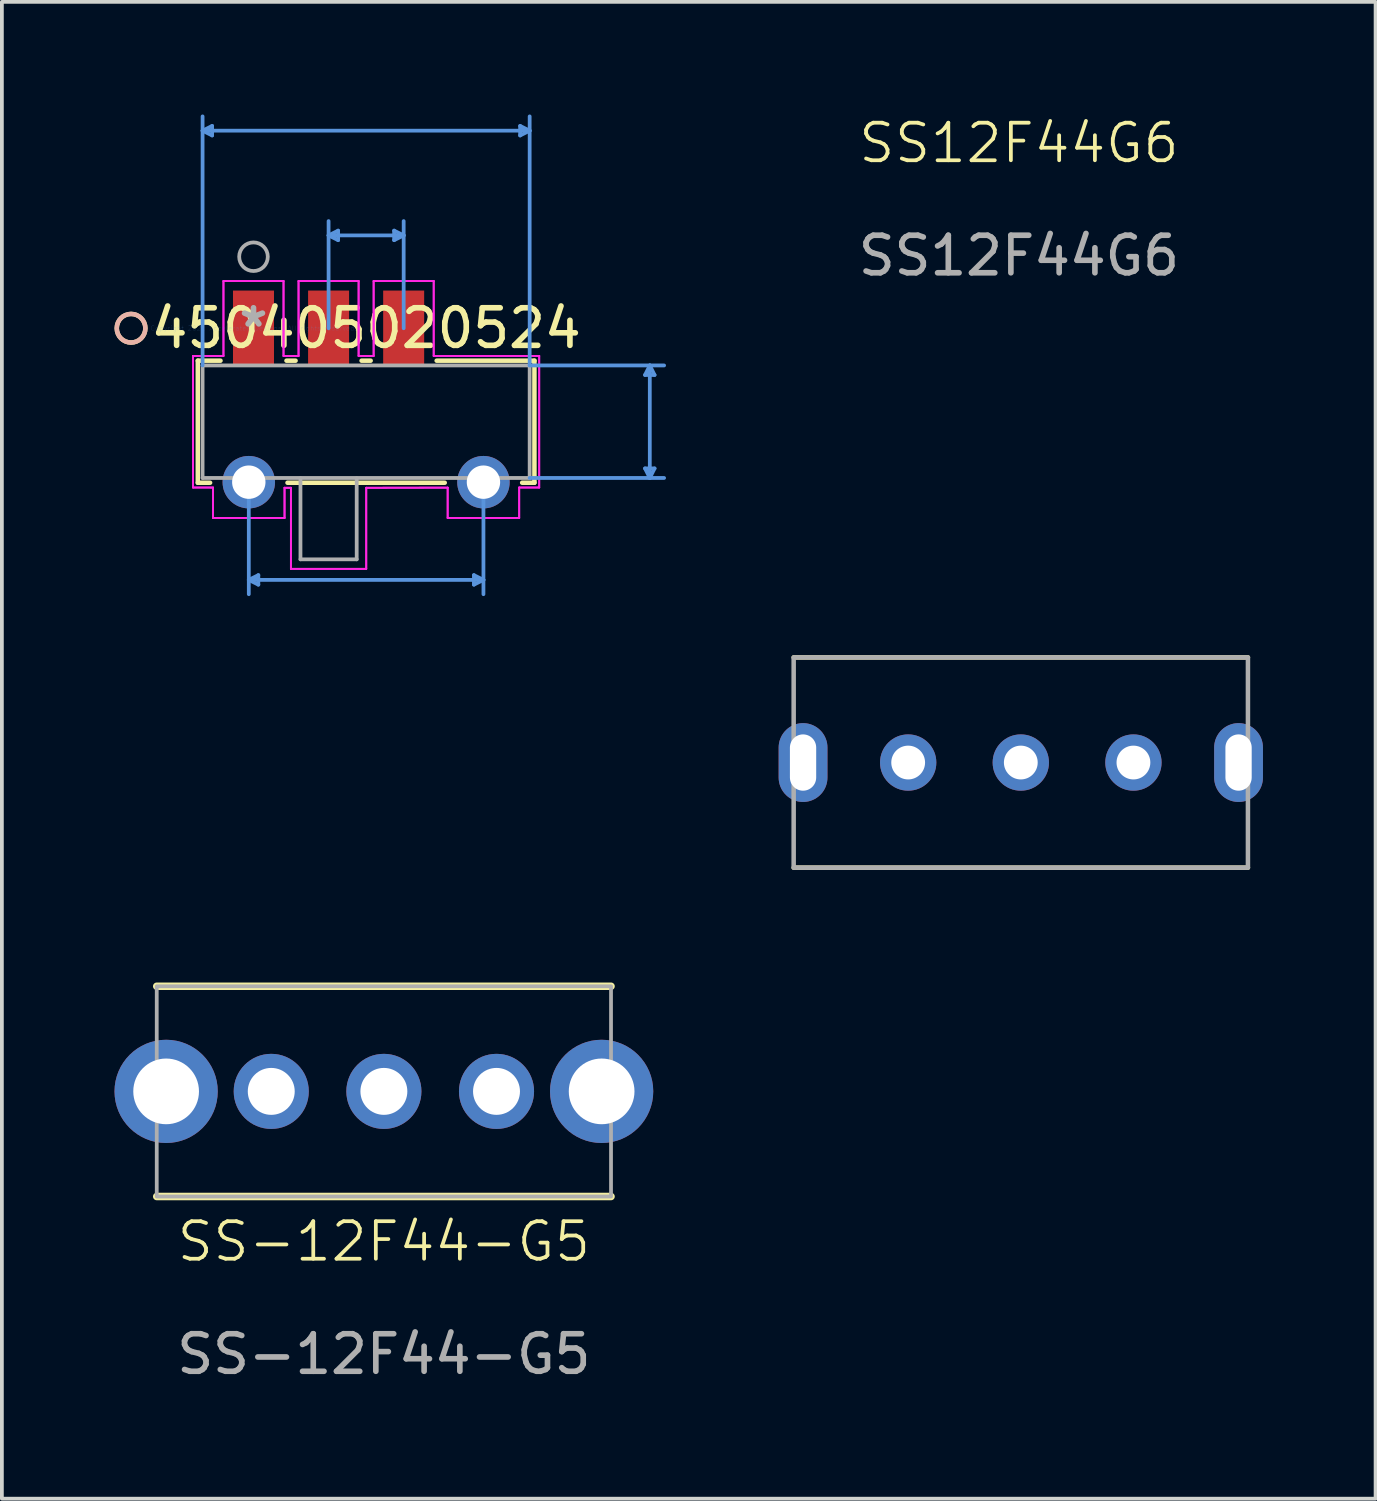
<source format=kicad_pcb>
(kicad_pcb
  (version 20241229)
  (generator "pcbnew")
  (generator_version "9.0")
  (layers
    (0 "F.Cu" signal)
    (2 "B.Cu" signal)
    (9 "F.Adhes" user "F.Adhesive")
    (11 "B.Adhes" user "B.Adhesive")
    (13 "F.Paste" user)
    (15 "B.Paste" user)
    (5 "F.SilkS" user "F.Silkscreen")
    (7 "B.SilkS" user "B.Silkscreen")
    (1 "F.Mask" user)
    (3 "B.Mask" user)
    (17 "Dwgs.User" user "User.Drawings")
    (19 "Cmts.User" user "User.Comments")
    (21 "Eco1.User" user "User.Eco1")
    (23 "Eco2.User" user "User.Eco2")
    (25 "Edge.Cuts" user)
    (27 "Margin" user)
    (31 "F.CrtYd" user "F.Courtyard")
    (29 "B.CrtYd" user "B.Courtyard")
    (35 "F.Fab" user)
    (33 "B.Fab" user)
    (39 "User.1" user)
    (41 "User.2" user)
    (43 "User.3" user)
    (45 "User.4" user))
  (footprint "SS-12F44-G5"
    (layer "F.Cu")
    (at 7.175 26.02)
    (property "Reference" "SS-12F44-G5" (at 0 4 0) (unlocked yes) (layer "F.SilkS") (effects (font (size 1 1) (thickness 0.1))))
    (attr through_hole)
    (fp_line (start -6.05 -2.8) (end 6.05 -2.8) (stroke (width 0.2) (type default)) (layer "F.SilkS"))
    (fp_line (start -6.05 2.8) (end 6.05 2.8) (stroke (width 0.2) (type default)) (layer "F.SilkS"))
    (fp_rect (start -6.05 -2.8) (end 6.05 2.8) (stroke (width 0.1) (type default)) (fill no) (layer "F.Fab"))
    (fp_text user "${REFERENCE}" (at 0 7 0) (unlocked yes) (layer "F.Fab") (effects (font (size 1 1) (thickness 0.15))))
    (pad "" thru_hole circle (at -5.8 0) (size 2.75 2.75) (drill 1.75) (layers "*.Cu" "*.Mask"))
    (pad "" thru_hole circle (at 5.8 0) (size 2.75 2.75) (drill 1.75) (layers "*.Cu" "*.Mask"))
    (pad "1" thru_hole circle (at -3 0) (size 2 2) (drill 1.25) (layers "*.Cu" "*.Mask"))
    (pad "2" thru_hole circle (at 0 0) (size 2 2) (drill 1.25) (layers "*.Cu" "*.Mask"))
    (pad "3" thru_hole circle (at 3 0) (size 2 2) (drill 1.25) (layers "*.Cu" "*.Mask")))
  (footprint "450405020524"
    (layer "F.Cu")
    (at 3.702 5.693)
    (property "Reference" "450405020524" (at 3 0 0) (layer "F.SilkS") (effects (font (size 1 1) (thickness 0.15))))
    (attr through_hole)
    (fp_line (start -1.483 0.864) (end -1.483 4.115) (stroke (width 0.12) (type solid)) (layer "F.SilkS"))
    (fp_line (start -1.483 4.115) (end -1.156 4.115) (stroke (width 0.12) (type solid)) (layer "F.SilkS"))
    (fp_line (start -0.879 0.864) (end -1.483 0.864) (stroke (width 0.12) (type solid)) (layer "F.SilkS"))
    (fp_line (start 0.906 4.115) (end 5.094 4.115) (stroke (width 0.12) (type solid)) (layer "F.SilkS"))
    (fp_line (start 1.121 0.864) (end 0.879 0.864) (stroke (width 0.12) (type solid)) (layer "F.SilkS"))
    (fp_line (start 3.121 0.864) (end 2.879 0.864) (stroke (width 0.12) (type solid)) (layer "F.SilkS"))
    (fp_line (start 7.156 4.115) (end 7.483 4.115) (stroke (width 0.12) (type solid)) (layer "F.SilkS"))
    (fp_line (start 7.483 0.864) (end 4.879 0.864) (stroke (width 0.12) (type solid)) (layer "F.SilkS"))
    (fp_line (start 7.483 4.115) (end 7.483 0.864) (stroke (width 0.12) (type solid)) (layer "F.SilkS"))
    (fp_circle (center -3.261 0) (end -2.88 0) (stroke (width 0.12) (type solid)) (fill no) (layer "F.SilkS"))
    (fp_circle (center -3.261 0) (end -2.88 0) (stroke (width 0.12) (type solid)) (fill no) (layer "B.SilkS"))
    (fp_line (start -1.356 -5.262) (end 7.356 -5.262) (stroke (width 0.1) (type solid)) (layer "Cmts.User"))
    (fp_line (start -1.356 0.991) (end -1.356 -5.643) (stroke (width 0.1) (type solid)) (layer "Cmts.User"))
    (fp_line (start -1.102 -5.135) (end -1.356 -5.262) (stroke (width 0.1) (type solid)) (layer "Cmts.User"))
    (fp_line (start -1.102 -5.135) (end -1.102 -5.389) (stroke (width 0.1) (type solid)) (layer "Cmts.User"))
    (fp_line (start -1.102 -5.389) (end -1.356 -5.262) (stroke (width 0.1) (type solid)) (layer "Cmts.User"))
    (fp_line (start -0.125 6.703) (end 6.125 6.703) (stroke (width 0.1) (type solid)) (layer "Cmts.User"))
    (fp_line (start -0.125 4.1) (end -0.125 7.084) (stroke (width 0.1) (type solid)) (layer "Cmts.User"))
    (fp_line (start 0.129 6.576) (end -0.125 6.703) (stroke (width 0.1) (type solid)) (layer "Cmts.User"))
    (fp_line (start 0.129 6.83) (end -0.125 6.703) (stroke (width 0.1) (type solid)) (layer "Cmts.User"))
    (fp_line (start 0.129 6.83) (end 0.129 6.576) (stroke (width 0.1) (type solid)) (layer "Cmts.User"))
    (fp_line (start 2 -2.473) (end 4 -2.473) (stroke (width 0.1) (type solid)) (layer "Cmts.User"))
    (fp_line (start 2 0) (end 2 -2.854) (stroke (width 0.1) (type solid)) (layer "Cmts.User"))
    (fp_line (start 2.254 -2.346) (end 2 -2.473) (stroke (width 0.1) (type solid)) (layer "Cmts.User"))
    (fp_line (start 2.254 -2.346) (end 2.254 -2.6) (stroke (width 0.1) (type solid)) (layer "Cmts.User"))
    (fp_line (start 2.254 -2.6) (end 2 -2.473) (stroke (width 0.1) (type solid)) (layer "Cmts.User"))
    (fp_line (start 3.746 -2.346) (end 4 -2.473) (stroke (width 0.1) (type solid)) (layer "Cmts.User"))
    (fp_line (start 3.746 -2.6) (end 3.746 -2.346) (stroke (width 0.1) (type solid)) (layer "Cmts.User"))
    (fp_line (start 3.746 -2.6) (end 4 -2.473) (stroke (width 0.1) (type solid)) (layer "Cmts.User"))
    (fp_line (start 4 0) (end 4 -2.854) (stroke (width 0.1) (type solid)) (layer "Cmts.User"))
    (fp_line (start 5.871 6.576) (end 5.871 6.83) (stroke (width 0.1) (type solid)) (layer "Cmts.User"))
    (fp_line (start 5.871 6.576) (end 6.125 6.703) (stroke (width 0.1) (type solid)) (layer "Cmts.User"))
    (fp_line (start 5.871 6.83) (end 6.125 6.703) (stroke (width 0.1) (type solid)) (layer "Cmts.User"))
    (fp_line (start 6.125 4.1) (end 6.125 7.084) (stroke (width 0.1) (type solid)) (layer "Cmts.User"))
    (fp_line (start 7.102 -5.135) (end 7.356 -5.262) (stroke (width 0.1) (type solid)) (layer "Cmts.User"))
    (fp_line (start 7.102 -5.389) (end 7.102 -5.135) (stroke (width 0.1) (type solid)) (layer "Cmts.User"))
    (fp_line (start 7.102 -5.389) (end 7.356 -5.262) (stroke (width 0.1) (type solid)) (layer "Cmts.User"))
    (fp_line (start 7.356 0.991) (end 7.356 -5.643) (stroke (width 0.1) (type solid)) (layer "Cmts.User"))
    (fp_line (start 7.356 0.991) (end 10.937 0.991) (stroke (width 0.1) (type solid)) (layer "Cmts.User"))
    (fp_line (start 7.356 3.988) (end 10.937 3.988) (stroke (width 0.1) (type solid)) (layer "Cmts.User"))
    (fp_line (start 10.429 3.734) (end 10.556 3.988) (stroke (width 0.1) (type solid)) (layer "Cmts.User"))
    (fp_line (start 10.429 1.245) (end 10.556 0.991) (stroke (width 0.1) (type solid)) (layer "Cmts.User"))
    (fp_line (start 10.429 1.245) (end 10.683 1.245) (stroke (width 0.1) (type solid)) (layer "Cmts.User"))
    (fp_line (start 10.556 0.991) (end 10.556 3.988) (stroke (width 0.1) (type solid)) (layer "Cmts.User"))
    (fp_line (start 10.683 3.734) (end 10.429 3.734) (stroke (width 0.1) (type solid)) (layer "Cmts.User"))
    (fp_line (start 10.683 3.734) (end 10.556 3.988) (stroke (width 0.1) (type solid)) (layer "Cmts.User"))
    (fp_line (start 10.683 1.245) (end 10.556 0.991) (stroke (width 0.1) (type solid)) (layer "Cmts.User"))
    (fp_line (start -1.61 0.737) (end -1.61 4.242) (stroke (width 0.05) (type solid)) (layer "F.CrtYd"))
    (fp_line (start -1.61 0.737) (end -1.61 4.242) (stroke (width 0.05) (type solid)) (layer "F.CrtYd"))
    (fp_line (start -1.61 4.242) (end -1.078 4.244) (stroke (width 0.05) (type solid)) (layer "F.CrtYd"))
    (fp_line (start -1.61 4.242) (end -1.078 4.244) (stroke (width 0.05) (type solid)) (layer "F.CrtYd"))
    (fp_line (start -1.078 4.244) (end -1.078 5.053) (stroke (width 0.05) (type solid)) (layer "F.CrtYd"))
    (fp_line (start -1.078 4.244) (end -1.078 5.053) (stroke (width 0.05) (type solid)) (layer "F.CrtYd"))
    (fp_line (start -1.078 5.053) (end 0.827 5.053) (stroke (width 0.05) (type solid)) (layer "F.CrtYd"))
    (fp_line (start -1.078 5.053) (end 0.827 5.053) (stroke (width 0.05) (type solid)) (layer "F.CrtYd"))
    (fp_line (start -0.8 -1.257) (end -0.8 0.737) (stroke (width 0.05) (type solid)) (layer "F.CrtYd"))
    (fp_line (start -0.8 -1.257) (end -0.8 0.737) (stroke (width 0.05) (type solid)) (layer "F.CrtYd"))
    (fp_line (start -0.8 0.737) (end -1.61 0.737) (stroke (width 0.05) (type solid)) (layer "F.CrtYd"))
    (fp_line (start -0.8 0.737) (end -1.61 0.737) (stroke (width 0.05) (type solid)) (layer "F.CrtYd"))
    (fp_line (start 0.8 -1.257) (end -0.8 -1.257) (stroke (width 0.05) (type solid)) (layer "F.CrtYd"))
    (fp_line (start 0.8 -1.257) (end -0.8 -1.257) (stroke (width 0.05) (type solid)) (layer "F.CrtYd"))
    (fp_line (start 0.8 0.737) (end 0.8 -1.257) (stroke (width 0.05) (type solid)) (layer "F.CrtYd"))
    (fp_line (start 0.8 0.737) (end 0.8 -1.257) (stroke (width 0.05) (type solid)) (layer "F.CrtYd"))
    (fp_line (start 0.827 4.25) (end 0.997 4.25) (stroke (width 0.05) (type solid)) (layer "F.CrtYd"))
    (fp_line (start 0.827 4.25) (end 0.997 4.25) (stroke (width 0.05) (type solid)) (layer "F.CrtYd"))
    (fp_line (start 0.827 5.053) (end 0.827 4.25) (stroke (width 0.05) (type solid)) (layer "F.CrtYd"))
    (fp_line (start 0.827 5.053) (end 0.827 4.25) (stroke (width 0.05) (type solid)) (layer "F.CrtYd"))
    (fp_line (start 0.997 4.25) (end 0.997 6.41) (stroke (width 0.05) (type solid)) (layer "F.CrtYd"))
    (fp_line (start 0.997 4.25) (end 0.997 6.41) (stroke (width 0.05) (type solid)) (layer "F.CrtYd"))
    (fp_line (start 0.997 6.41) (end 3.003 6.41) (stroke (width 0.05) (type solid)) (layer "F.CrtYd"))
    (fp_line (start 0.997 6.41) (end 3.003 6.41) (stroke (width 0.05) (type solid)) (layer "F.CrtYd"))
    (fp_line (start 1.2 -1.257) (end 1.2 0.737) (stroke (width 0.05) (type solid)) (layer "F.CrtYd"))
    (fp_line (start 1.2 -1.257) (end 1.2 0.737) (stroke (width 0.05) (type solid)) (layer "F.CrtYd"))
    (fp_line (start 1.2 0.737) (end 0.8 0.737) (stroke (width 0.05) (type solid)) (layer "F.CrtYd"))
    (fp_line (start 1.2 0.737) (end 0.8 0.737) (stroke (width 0.05) (type solid)) (layer "F.CrtYd"))
    (fp_line (start 2.8 -1.257) (end 1.2 -1.257) (stroke (width 0.05) (type solid)) (layer "F.CrtYd"))
    (fp_line (start 2.8 -1.257) (end 1.2 -1.257) (stroke (width 0.05) (type solid)) (layer "F.CrtYd"))
    (fp_line (start 2.8 0.737) (end 2.8 -1.257) (stroke (width 0.05) (type solid)) (layer "F.CrtYd"))
    (fp_line (start 2.8 0.737) (end 2.8 -1.257) (stroke (width 0.05) (type solid)) (layer "F.CrtYd"))
    (fp_line (start 3.003 4.25) (end 5.172 4.246) (stroke (width 0.05) (type solid)) (layer "F.CrtYd"))
    (fp_line (start 3.003 4.25) (end 5.172 4.246) (stroke (width 0.05) (type solid)) (layer "F.CrtYd"))
    (fp_line (start 3.003 6.41) (end 3.003 4.25) (stroke (width 0.05) (type solid)) (layer "F.CrtYd"))
    (fp_line (start 3.003 6.41) (end 3.003 4.25) (stroke (width 0.05) (type solid)) (layer "F.CrtYd"))
    (fp_line (start 3.2 -1.257) (end 3.2 0.737) (stroke (width 0.05) (type solid)) (layer "F.CrtYd"))
    (fp_line (start 3.2 -1.257) (end 3.2 0.737) (stroke (width 0.05) (type solid)) (layer "F.CrtYd"))
    (fp_line (start 3.2 0.737) (end 2.8 0.737) (stroke (width 0.05) (type solid)) (layer "F.CrtYd"))
    (fp_line (start 3.2 0.737) (end 2.8 0.737) (stroke (width 0.05) (type solid)) (layer "F.CrtYd"))
    (fp_line (start 4.8 -1.257) (end 3.2 -1.257) (stroke (width 0.05) (type solid)) (layer "F.CrtYd"))
    (fp_line (start 4.8 -1.257) (end 3.2 -1.257) (stroke (width 0.05) (type solid)) (layer "F.CrtYd"))
    (fp_line (start 4.8 0.737) (end 4.8 -1.257) (stroke (width 0.05) (type solid)) (layer "F.CrtYd"))
    (fp_line (start 4.8 0.737) (end 4.8 -1.257) (stroke (width 0.05) (type solid)) (layer "F.CrtYd"))
    (fp_line (start 5.172 4.246) (end 5.172 5.053) (stroke (width 0.05) (type solid)) (layer "F.CrtYd"))
    (fp_line (start 5.172 4.246) (end 5.172 5.053) (stroke (width 0.05) (type solid)) (layer "F.CrtYd"))
    (fp_line (start 5.172 5.053) (end 7.077 5.053) (stroke (width 0.05) (type solid)) (layer "F.CrtYd"))
    (fp_line (start 5.172 5.053) (end 7.077 5.053) (stroke (width 0.05) (type solid)) (layer "F.CrtYd"))
    (fp_line (start 7.077 4.243) (end 7.61 4.242) (stroke (width 0.05) (type solid)) (layer "F.CrtYd"))
    (fp_line (start 7.077 4.243) (end 7.61 4.242) (stroke (width 0.05) (type solid)) (layer "F.CrtYd"))
    (fp_line (start 7.077 5.053) (end 7.077 4.243) (stroke (width 0.05) (type solid)) (layer "F.CrtYd"))
    (fp_line (start 7.077 5.053) (end 7.077 4.243) (stroke (width 0.05) (type solid)) (layer "F.CrtYd"))
    (fp_line (start 7.61 0.737) (end 4.8 0.737) (stroke (width 0.05) (type solid)) (layer "F.CrtYd"))
    (fp_line (start 7.61 0.737) (end 4.8 0.737) (stroke (width 0.05) (type solid)) (layer "F.CrtYd"))
    (fp_line (start 7.61 4.242) (end 7.61 0.737) (stroke (width 0.05) (type solid)) (layer "F.CrtYd"))
    (fp_line (start 7.61 4.242) (end 7.61 0.737) (stroke (width 0.05) (type solid)) (layer "F.CrtYd"))
    (fp_line (start -1.356 0.991) (end -1.356 3.988) (stroke (width 0.1) (type solid)) (layer "F.Fab"))
    (fp_line (start -1.356 3.988) (end 7.356 3.988) (stroke (width 0.1) (type solid)) (layer "F.Fab"))
    (fp_line (start 1.251 6.155) (end 1.251 3.997) (stroke (width 0.1) (type solid)) (layer "F.Fab"))
    (fp_line (start 1.251 6.155) (end 2.749 6.155) (stroke (width 0.1) (type solid)) (layer "F.Fab"))
    (fp_line (start 2.749 6.155) (end 2.749 3.997) (stroke (width 0.1) (type solid)) (layer "F.Fab"))
    (fp_line (start 7.356 0.991) (end -1.356 0.991) (stroke (width 0.1) (type solid)) (layer "F.Fab"))
    (fp_line (start 7.356 3.988) (end 7.356 0.991) (stroke (width 0.1) (type solid)) (layer "F.Fab"))
    (fp_circle (center 0 -1.905) (end 0.381 -1.905) (stroke (width 0.1) (type solid)) (fill no) (layer "F.Fab"))
    (fp_text user "Copyright 2021 Accelerated Designs. All rights reserved." (at 0 0 0) (layer "Cmts.User") (effects (font (size 0.127 0.127) (thickness 0.002))))
    (fp_text user "*" (at 0 0 0) (layer "F.Fab") (effects (font (size 1 1) (thickness 0.15))))
    (pad "1" smd rect (at 0 0) (size 1.092 2.007) (layers "F.Cu" "F.Mask" "F.Paste"))
    (pad "2" smd rect (at 2 0) (size 1.092 2.007) (layers "F.Cu" "F.Mask" "F.Paste"))
    (pad "3" smd rect (at 4 0) (size 1.092 2.007) (layers "F.Cu" "F.Mask" "F.Paste"))
    (pad "4" thru_hole circle (at -0.125 4.1) (size 1.397 1.397) (drill 0.889) (layers "*.Cu" "*.Mask"))
    (pad "5" thru_hole circle (at 6.125 4.1) (size 1.397 1.397) (drill 0.889) (layers "*.Cu" "*.Mask")))
  (footprint "SS12F44G6"
    (layer "F.Cu")
    (at 24.14 17.261)
    (property "Reference" "SS12F44G6" (at -0.05 -16.5 0) (unlocked yes) (layer "F.SilkS") (effects (font (size 1 1) (thickness 0.1))))
    (attr through_hole)
    (fp_line (start 6.05 -2.8) (end -6.05 -2.8) (stroke (width 0.12) (type default)) (layer "F.SilkS"))
    (fp_line (start 6.05 2.8) (end -6.05 2.8) (stroke (width 0.12) (type default)) (layer "F.SilkS"))
    (fp_rect (start -6.05 -2.8) (end 6.05 2.8) (stroke (width 0.12) (type default)) (fill no) (layer "F.Fab"))
    (fp_text user "${REFERENCE}" (at -0.05 -13.5 0) (unlocked yes) (layer "F.Fab") (effects (font (size 1 1) (thickness 0.15))))
    (pad "" thru_hole oval (at -5.8 0) (size 1.3 2.1) (drill oval 0.7 1.5) (layers "*.Cu" "*.Mask"))
    (pad "" thru_hole oval (at 5.8 0) (size 1.3 2.1) (drill oval 0.7 1.5) (layers "*.Cu" "*.Mask"))
    (pad "1" thru_hole circle (at -3 0) (size 1.5 1.5) (drill 0.9) (layers "*.Cu" "*.Mask"))
    (pad "2" thru_hole circle (at 0 0) (size 1.5 1.5) (drill 0.9) (layers "*.Cu" "*.Mask"))
    (pad "3" thru_hole circle (at 3 0) (size 1.5 1.5) (drill 0.9) (layers "*.Cu" "*.Mask")))
  (gr_rect
    (start -3 -3)
    (end 33.59 36.869)
    (stroke (width 0.1) (type default))
    (fill no)
    (layer "Edge.Cuts")))
</source>
